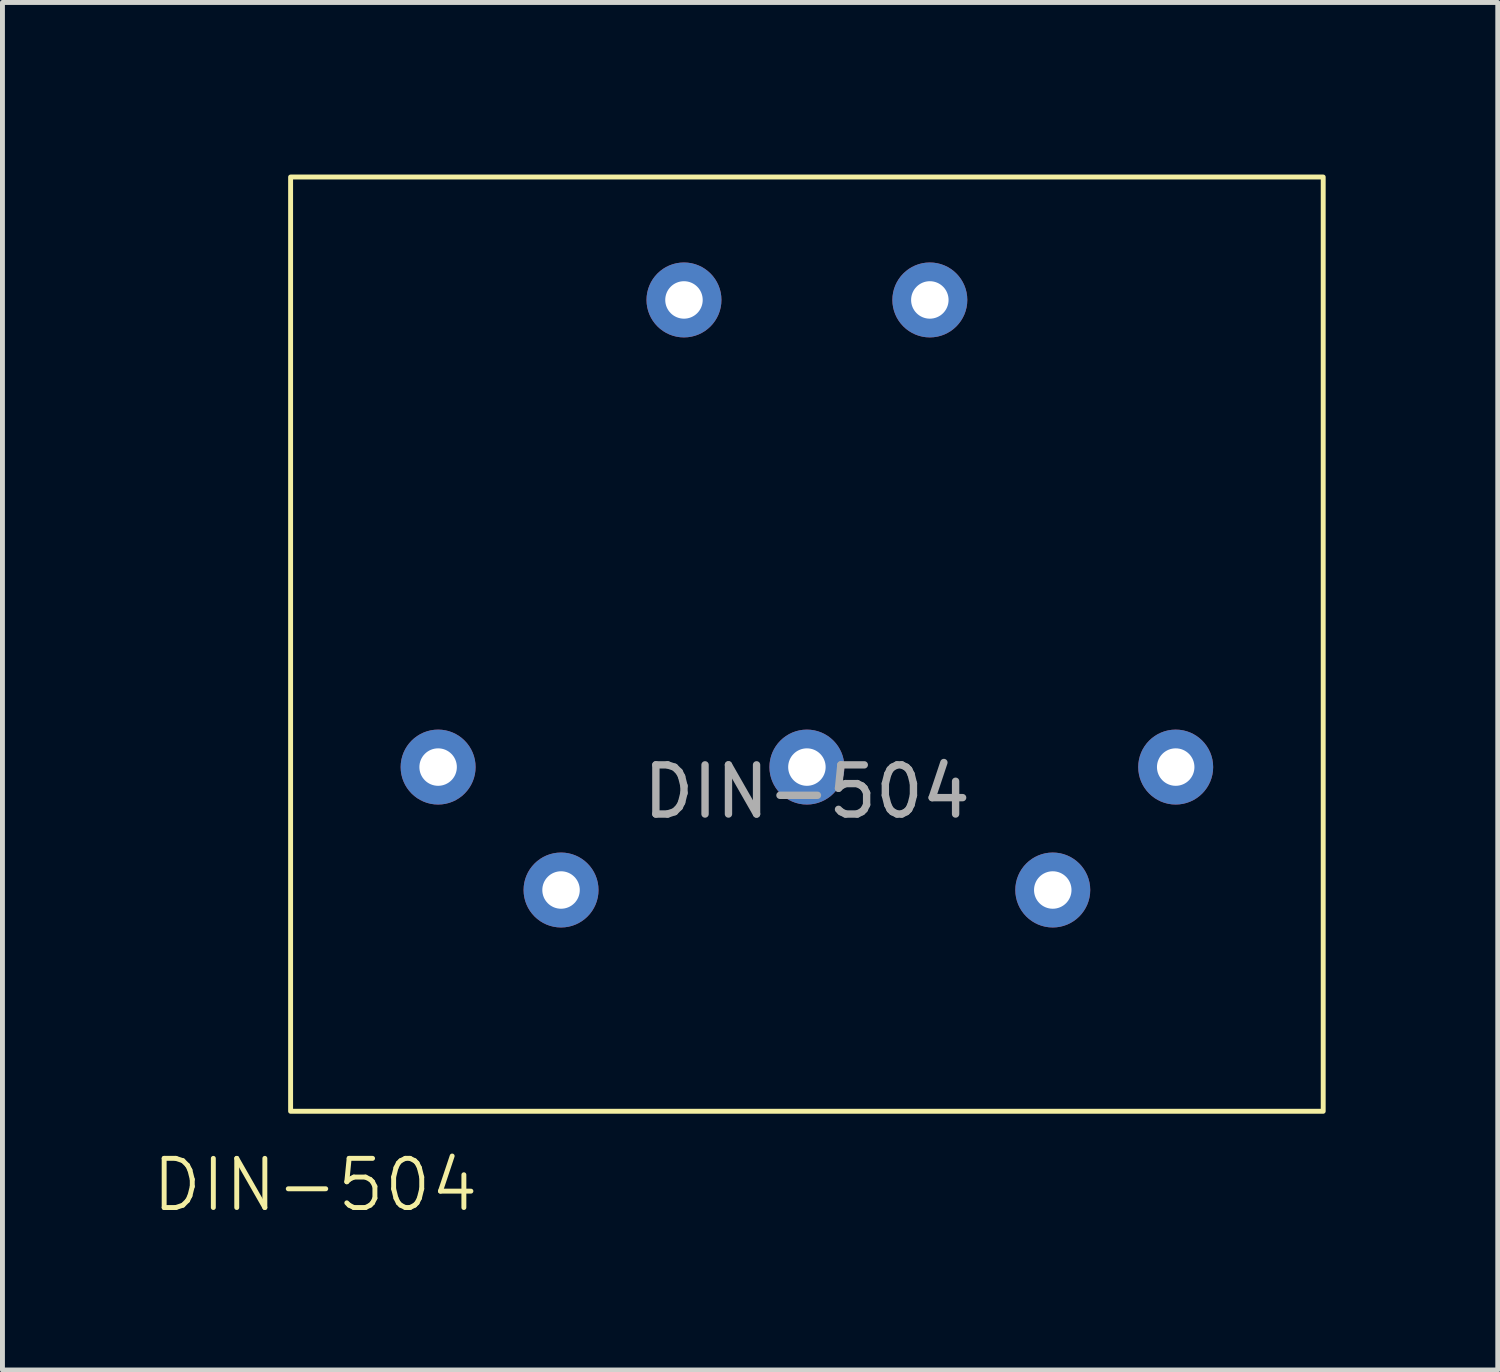
<source format=kicad_pcb>
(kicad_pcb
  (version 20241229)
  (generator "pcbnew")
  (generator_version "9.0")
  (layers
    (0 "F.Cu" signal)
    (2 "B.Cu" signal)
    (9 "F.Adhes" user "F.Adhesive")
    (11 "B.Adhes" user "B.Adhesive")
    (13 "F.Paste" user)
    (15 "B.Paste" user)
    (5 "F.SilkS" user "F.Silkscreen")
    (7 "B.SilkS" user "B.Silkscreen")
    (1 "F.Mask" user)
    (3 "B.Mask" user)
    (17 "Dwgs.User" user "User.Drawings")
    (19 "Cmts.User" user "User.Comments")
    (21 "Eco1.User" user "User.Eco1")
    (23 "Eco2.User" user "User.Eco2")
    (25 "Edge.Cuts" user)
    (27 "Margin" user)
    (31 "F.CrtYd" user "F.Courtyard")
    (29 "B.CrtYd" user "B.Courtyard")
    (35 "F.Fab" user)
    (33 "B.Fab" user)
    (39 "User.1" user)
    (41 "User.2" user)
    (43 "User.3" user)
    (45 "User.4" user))
  (footprint "DIN-504"
    (layer "F.Cu")
    (at 13.36 9.55)
    (property "Reference" "DIN-504" (at -10 11.5 0) (unlocked yes) (layer "F.SilkS") (effects (font (size 1 1) (thickness 0.1))))
    (attr through_hole)
    (fp_rect (start -10.5 -9) (end 10.5 10) (stroke (width 0.1) (type default)) (fill no) (layer "F.SilkS"))
    (fp_rect (start -11 -9.5) (end 11 10.5) (stroke (width 0.1) (type default)) (fill no) (layer "Margin"))
    (fp_text user "${REFERENCE}" (at 0 3.5 0) (unlocked yes) (layer "F.Fab") (effects (font (size 1 1) (thickness 0.15))))
    (pad "1" thru_hole circle (at -7.5 3) (size 1.524 1.524) (drill 0.762) (layers "*.Cu" "*.Mask"))
    (pad "2" thru_hole circle (at 0 3) (size 1.524 1.524) (drill 0.762) (layers "*.Cu" "*.Mask"))
    (pad "3" thru_hole circle (at 7.5 3) (size 1.524 1.524) (drill 0.762) (layers "*.Cu" "*.Mask"))
    (pad "4" thru_hole circle (at -5 5.5) (size 1.524 1.524) (drill 0.762) (layers "*.Cu" "*.Mask"))
    (pad "5" thru_hole circle (at 5 5.5) (size 1.524 1.524) (drill 0.762) (layers "*.Cu" "*.Mask"))
    (pad "MP" thru_hole circle (at -2.5 -6.5) (size 1.524 1.524) (drill 0.762) (layers "*.Cu" "*.Mask"))
    (pad "MP" thru_hole circle (at 2.5 -6.5) (size 1.524 1.524) (drill 0.762) (layers "*.Cu" "*.Mask")))
  (gr_rect
    (start -3 -3)
    (end 27.41 24.811)
    (stroke (width 0.1) (type default))
    (fill no)
    (layer "Edge.Cuts")))
</source>
